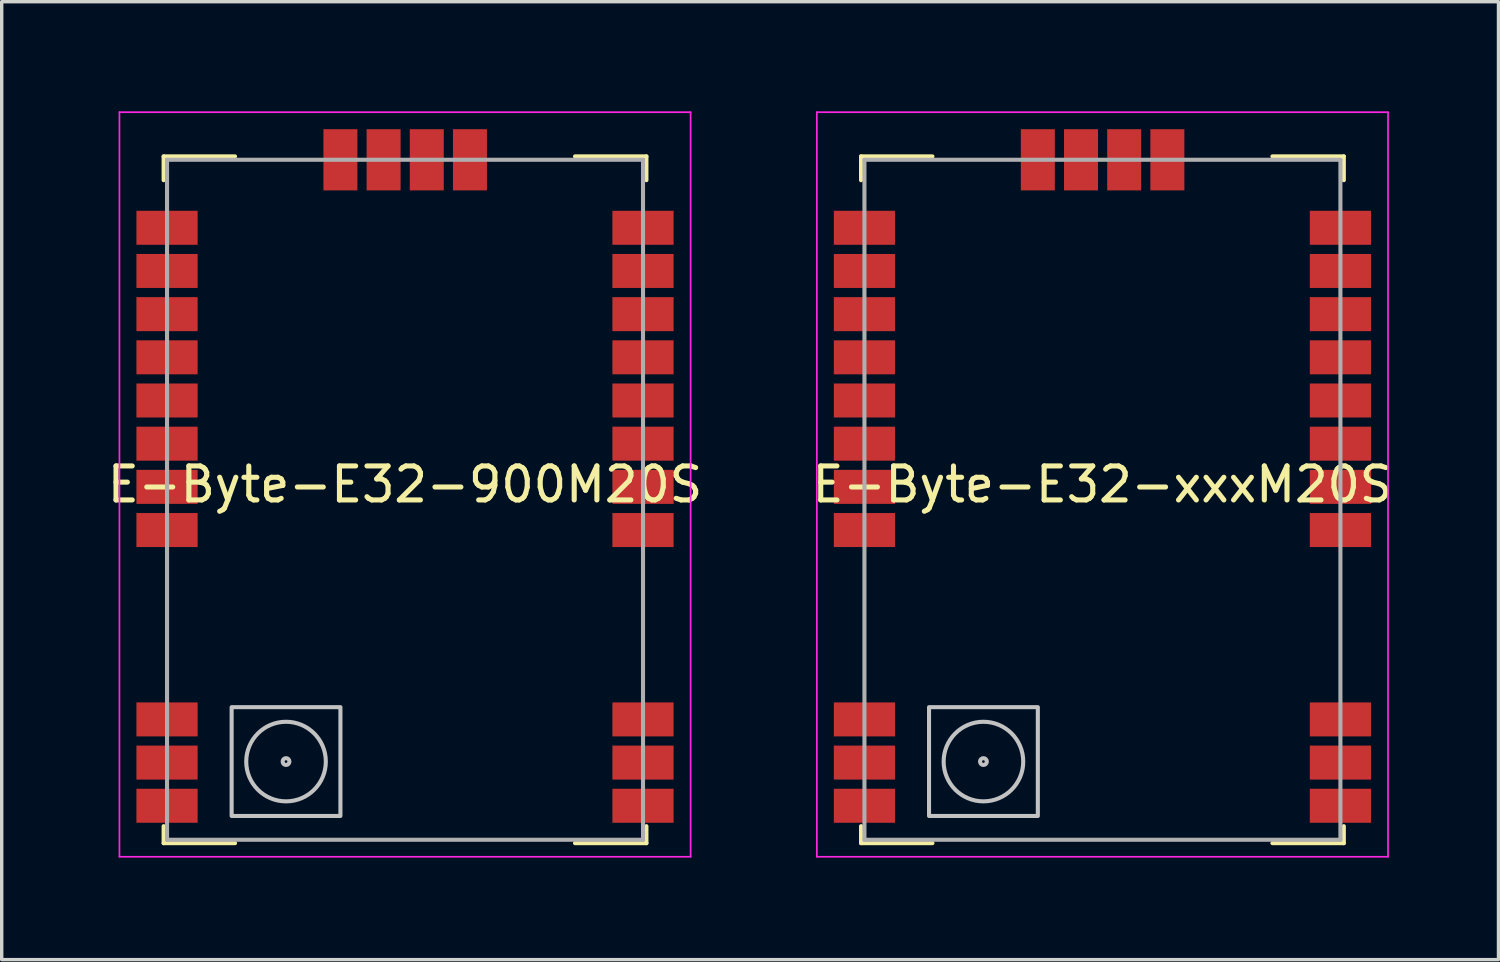
<source format=kicad_pcb>
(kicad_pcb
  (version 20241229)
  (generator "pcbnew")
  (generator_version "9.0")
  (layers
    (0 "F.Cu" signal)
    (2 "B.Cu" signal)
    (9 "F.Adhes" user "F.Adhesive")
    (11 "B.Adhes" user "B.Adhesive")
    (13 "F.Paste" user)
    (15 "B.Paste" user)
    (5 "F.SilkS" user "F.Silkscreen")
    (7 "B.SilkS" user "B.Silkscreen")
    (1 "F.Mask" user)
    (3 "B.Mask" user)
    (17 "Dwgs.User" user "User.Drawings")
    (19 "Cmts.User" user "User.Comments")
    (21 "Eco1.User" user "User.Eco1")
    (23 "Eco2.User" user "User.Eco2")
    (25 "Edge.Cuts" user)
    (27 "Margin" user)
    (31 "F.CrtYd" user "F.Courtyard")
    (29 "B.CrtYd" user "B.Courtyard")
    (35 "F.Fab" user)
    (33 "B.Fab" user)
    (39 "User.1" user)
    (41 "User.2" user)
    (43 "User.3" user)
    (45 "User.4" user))
  (footprint "E-Byte-E32-900M20S"
    (layer "F.Cu")
    (at 0.463 0.25)
    (property "Reference" "E-Byte-E32-900M20S" (at 8.4 10.95 0) (layer "F.SilkS") (effects (font (size 1 1) (thickness 0.15))))
    (attr smd)
    (fp_line (start 1.3 1.3) (end 1.3 2) (stroke (width 0.12) (type solid)) (layer "F.SilkS"))
    (fp_line (start 1.3 21.5) (end 1.3 21) (stroke (width 0.12) (type solid)) (layer "F.SilkS"))
    (fp_line (start 3.4 1.3) (end 1.3 1.3) (stroke (width 0.12) (type solid)) (layer "F.SilkS"))
    (fp_line (start 3.4 21.5) (end 1.3 21.5) (stroke (width 0.12) (type solid)) (layer "F.SilkS"))
    (fp_line (start 13.4 1.3) (end 15.5 1.3) (stroke (width 0.12) (type solid)) (layer "F.SilkS"))
    (fp_line (start 13.4 21.5) (end 15.5 21.5) (stroke (width 0.12) (type solid)) (layer "F.SilkS"))
    (fp_line (start 15.5 1.3) (end 15.5 2) (stroke (width 0.12) (type solid)) (layer "F.SilkS"))
    (fp_line (start 15.5 21.5) (end 15.5 21) (stroke (width 0.12) (type solid)) (layer "F.SilkS"))
    (fp_rect (start 3.3 17.5) (end 6.5 20.7) (stroke (width 0.12) (type solid)) (fill no) (layer "Dwgs.User"))
    (fp_circle (center 4.9 19.1) (end 5 19.1) (stroke (width 0.12) (type solid)) (fill no) (layer "Dwgs.User"))
    (fp_circle (center 4.9 19.1) (end 6 18.7) (stroke (width 0.12) (type solid)) (fill no) (layer "Dwgs.User"))
    (fp_line (start 0 0) (end 16.8 0) (stroke (width 0.05) (type solid)) (layer "F.CrtYd"))
    (fp_line (start 0 21.9) (end 0 0) (stroke (width 0.05) (type solid)) (layer "F.CrtYd"))
    (fp_line (start 16.8 0) (end 16.8 21.9) (stroke (width 0.05) (type solid)) (layer "F.CrtYd"))
    (fp_line (start 16.8 21.9) (end 0 21.9) (stroke (width 0.05) (type solid)) (layer "F.CrtYd"))
    (fp_line (start 1.4 1.4) (end 15.4 1.4) (stroke (width 0.12) (type solid)) (layer "F.Fab"))
    (fp_line (start 1.4 21.4) (end 1.4 1.4) (stroke (width 0.12) (type solid)) (layer "F.Fab"))
    (fp_line (start 15.4 1.4) (end 15.4 21.4) (stroke (width 0.12) (type solid)) (layer "F.Fab"))
    (fp_line (start 15.4 21.4) (end 1.4 21.4) (stroke (width 0.12) (type solid)) (layer "F.Fab"))
    (pad "1" smd rect (at 15.4 20.4 270) (size 1 1.8) (layers "F.Cu" "F.Mask" "F.Paste"))
    (pad "2" smd rect (at 15.4 19.13 270) (size 1 1.8) (layers "F.Cu" "F.Mask" "F.Paste"))
    (pad "3" smd rect (at 15.4 17.86 270) (size 1 1.8) (layers "F.Cu" "F.Mask" "F.Paste"))
    (pad "4" smd rect (at 15.4 12.29 270) (size 1 1.8) (layers "F.Cu" "F.Mask" "F.Paste"))
    (pad "5" smd rect (at 15.4 11.02 270) (size 1 1.8) (layers "F.Cu" "F.Mask" "F.Paste"))
    (pad "6" smd rect (at 15.4 9.75 270) (size 1 1.8) (layers "F.Cu" "F.Mask" "F.Paste"))
    (pad "7" smd rect (at 15.4 8.48 270) (size 1 1.8) (layers "F.Cu" "F.Mask" "F.Paste"))
    (pad "8" smd rect (at 15.4 7.21 270) (size 1 1.8) (layers "F.Cu" "F.Mask" "F.Paste"))
    (pad "9" smd rect (at 15.4 5.94 270) (size 1 1.8) (layers "F.Cu" "F.Mask" "F.Paste"))
    (pad "10" smd rect (at 15.4 4.67 270) (size 1 1.8) (layers "F.Cu" "F.Mask" "F.Paste"))
    (pad "11" smd rect (at 15.4 3.4 270) (size 1 1.8) (layers "F.Cu" "F.Mask" "F.Paste"))
    (pad "12" smd rect (at 10.31 1.4) (size 1 1.8) (layers "F.Cu" "F.Mask" "F.Paste"))
    (pad "13" smd rect (at 9.04 1.4) (size 1 1.8) (layers "F.Cu" "F.Mask" "F.Paste"))
    (pad "14" smd rect (at 7.77 1.4) (size 1 1.8) (layers "F.Cu" "F.Mask" "F.Paste"))
    (pad "15" smd rect (at 6.5 1.4) (size 1 1.8) (layers "F.Cu" "F.Mask" "F.Paste"))
    (pad "16" smd rect (at 1.4 3.4 270) (size 1 1.8) (layers "F.Cu" "F.Mask" "F.Paste"))
    (pad "17" smd rect (at 1.4 4.67 270) (size 1 1.8) (layers "F.Cu" "F.Mask" "F.Paste"))
    (pad "18" smd rect (at 1.4 5.94 270) (size 1 1.8) (layers "F.Cu" "F.Mask" "F.Paste"))
    (pad "19" smd rect (at 1.4 7.21 270) (size 1 1.8) (layers "F.Cu" "F.Mask" "F.Paste"))
    (pad "20" smd rect (at 1.4 8.48 270) (size 1 1.8) (layers "F.Cu" "F.Mask" "F.Paste"))
    (pad "21" smd rect (at 1.4 9.75 270) (size 1 1.8) (layers "F.Cu" "F.Mask" "F.Paste"))
    (pad "22" smd rect (at 1.4 11.02 270) (size 1 1.8) (layers "F.Cu" "F.Mask" "F.Paste"))
    (pad "23" smd rect (at 1.4 12.29 270) (size 1 1.8) (layers "F.Cu" "F.Mask" "F.Paste"))
    (pad "24" smd rect (at 1.4 17.86 270) (size 1 1.8) (layers "F.Cu" "F.Mask" "F.Paste"))
    (pad "25" smd rect (at 1.4 19.13 270) (size 1 1.8) (layers "F.Cu" "F.Mask" "F.Paste"))
    (pad "26" smd rect (at 1.4 20.4 270) (size 1 1.8) (layers "F.Cu" "F.Mask" "F.Paste")))
  (footprint "E-Byte-E32-xxxM20S"
    (layer "F.Cu")
    (at 20.976 0.25)
    (property "Reference" "E-Byte-E32-xxxM20S" (at 8.4 10.95 0) (layer "F.SilkS") (effects (font (size 1 1) (thickness 0.15))))
    (attr smd)
    (fp_line (start 1.3 1.3) (end 1.3 2) (stroke (width 0.12) (type solid)) (layer "F.SilkS"))
    (fp_line (start 1.3 21.5) (end 1.3 21) (stroke (width 0.12) (type solid)) (layer "F.SilkS"))
    (fp_line (start 3.4 1.3) (end 1.3 1.3) (stroke (width 0.12) (type solid)) (layer "F.SilkS"))
    (fp_line (start 3.4 21.5) (end 1.3 21.5) (stroke (width 0.12) (type solid)) (layer "F.SilkS"))
    (fp_line (start 13.4 1.3) (end 15.5 1.3) (stroke (width 0.12) (type solid)) (layer "F.SilkS"))
    (fp_line (start 13.4 21.5) (end 15.5 21.5) (stroke (width 0.12) (type solid)) (layer "F.SilkS"))
    (fp_line (start 15.5 1.3) (end 15.5 2) (stroke (width 0.12) (type solid)) (layer "F.SilkS"))
    (fp_line (start 15.5 21.5) (end 15.5 21) (stroke (width 0.12) (type solid)) (layer "F.SilkS"))
    (fp_rect (start 3.3 17.5) (end 6.5 20.7) (stroke (width 0.12) (type solid)) (fill no) (layer "Dwgs.User"))
    (fp_circle (center 4.9 19.1) (end 5 19.1) (stroke (width 0.12) (type solid)) (fill no) (layer "Dwgs.User"))
    (fp_circle (center 4.9 19.1) (end 6 18.7) (stroke (width 0.12) (type solid)) (fill no) (layer "Dwgs.User"))
    (fp_line (start 0 0) (end 16.8 0) (stroke (width 0.05) (type solid)) (layer "F.CrtYd"))
    (fp_line (start 0 21.9) (end 0 0) (stroke (width 0.05) (type solid)) (layer "F.CrtYd"))
    (fp_line (start 16.8 0) (end 16.8 21.9) (stroke (width 0.05) (type solid)) (layer "F.CrtYd"))
    (fp_line (start 16.8 21.9) (end 0 21.9) (stroke (width 0.05) (type solid)) (layer "F.CrtYd"))
    (fp_line (start 1.4 1.4) (end 15.4 1.4) (stroke (width 0.12) (type solid)) (layer "F.Fab"))
    (fp_line (start 1.4 21.4) (end 1.4 1.4) (stroke (width 0.12) (type solid)) (layer "F.Fab"))
    (fp_line (start 15.4 1.4) (end 15.4 21.4) (stroke (width 0.12) (type solid)) (layer "F.Fab"))
    (fp_line (start 15.4 21.4) (end 1.4 21.4) (stroke (width 0.12) (type solid)) (layer "F.Fab"))
    (pad "1" smd rect (at 15.4 20.4 270) (size 1 1.8) (layers "F.Cu" "F.Mask" "F.Paste"))
    (pad "2" smd rect (at 15.4 19.13 270) (size 1 1.8) (layers "F.Cu" "F.Mask" "F.Paste"))
    (pad "3" smd rect (at 15.4 17.86 270) (size 1 1.8) (layers "F.Cu" "F.Mask" "F.Paste"))
    (pad "4" smd rect (at 15.4 12.29 270) (size 1 1.8) (layers "F.Cu" "F.Mask" "F.Paste"))
    (pad "5" smd rect (at 15.4 11.02 270) (size 1 1.8) (layers "F.Cu" "F.Mask" "F.Paste"))
    (pad "6" smd rect (at 15.4 9.75 270) (size 1 1.8) (layers "F.Cu" "F.Mask" "F.Paste"))
    (pad "7" smd rect (at 15.4 8.48 270) (size 1 1.8) (layers "F.Cu" "F.Mask" "F.Paste"))
    (pad "8" smd rect (at 15.4 7.21 270) (size 1 1.8) (layers "F.Cu" "F.Mask" "F.Paste"))
    (pad "9" smd rect (at 15.4 5.94 270) (size 1 1.8) (layers "F.Cu" "F.Mask" "F.Paste"))
    (pad "10" smd rect (at 15.4 4.67 270) (size 1 1.8) (layers "F.Cu" "F.Mask" "F.Paste"))
    (pad "11" smd rect (at 15.4 3.4 270) (size 1 1.8) (layers "F.Cu" "F.Mask" "F.Paste"))
    (pad "12" smd rect (at 10.31 1.4) (size 1 1.8) (layers "F.Cu" "F.Mask" "F.Paste"))
    (pad "13" smd rect (at 9.04 1.4) (size 1 1.8) (layers "F.Cu" "F.Mask" "F.Paste"))
    (pad "14" smd rect (at 7.77 1.4) (size 1 1.8) (layers "F.Cu" "F.Mask" "F.Paste"))
    (pad "15" smd rect (at 6.5 1.4) (size 1 1.8) (layers "F.Cu" "F.Mask" "F.Paste"))
    (pad "16" smd rect (at 1.4 3.4 270) (size 1 1.8) (layers "F.Cu" "F.Mask" "F.Paste"))
    (pad "17" smd rect (at 1.4 4.67 270) (size 1 1.8) (layers "F.Cu" "F.Mask" "F.Paste"))
    (pad "18" smd rect (at 1.4 5.94 270) (size 1 1.8) (layers "F.Cu" "F.Mask" "F.Paste"))
    (pad "19" smd rect (at 1.4 7.21 270) (size 1 1.8) (layers "F.Cu" "F.Mask" "F.Paste"))
    (pad "20" smd rect (at 1.4 8.48 270) (size 1 1.8) (layers "F.Cu" "F.Mask" "F.Paste"))
    (pad "21" smd rect (at 1.4 9.75 270) (size 1 1.8) (layers "F.Cu" "F.Mask" "F.Paste"))
    (pad "22" smd rect (at 1.4 11.02 270) (size 1 1.8) (layers "F.Cu" "F.Mask" "F.Paste"))
    (pad "23" smd rect (at 1.4 12.29 270) (size 1 1.8) (layers "F.Cu" "F.Mask" "F.Paste"))
    (pad "24" smd rect (at 1.4 17.86 270) (size 1 1.8) (layers "F.Cu" "F.Mask" "F.Paste"))
    (pad "25" smd rect (at 1.4 19.13 270) (size 1 1.8) (layers "F.Cu" "F.Mask" "F.Paste"))
    (pad "26" smd rect (at 1.4 20.4 270) (size 1 1.8) (layers "F.Cu" "F.Mask" "F.Paste")))
  (gr_rect
    (start -3 -3)
    (end 41.025 25.175)
    (stroke (width 0.1) (type default))
    (fill no)
    (layer "Edge.Cuts")))
</source>
